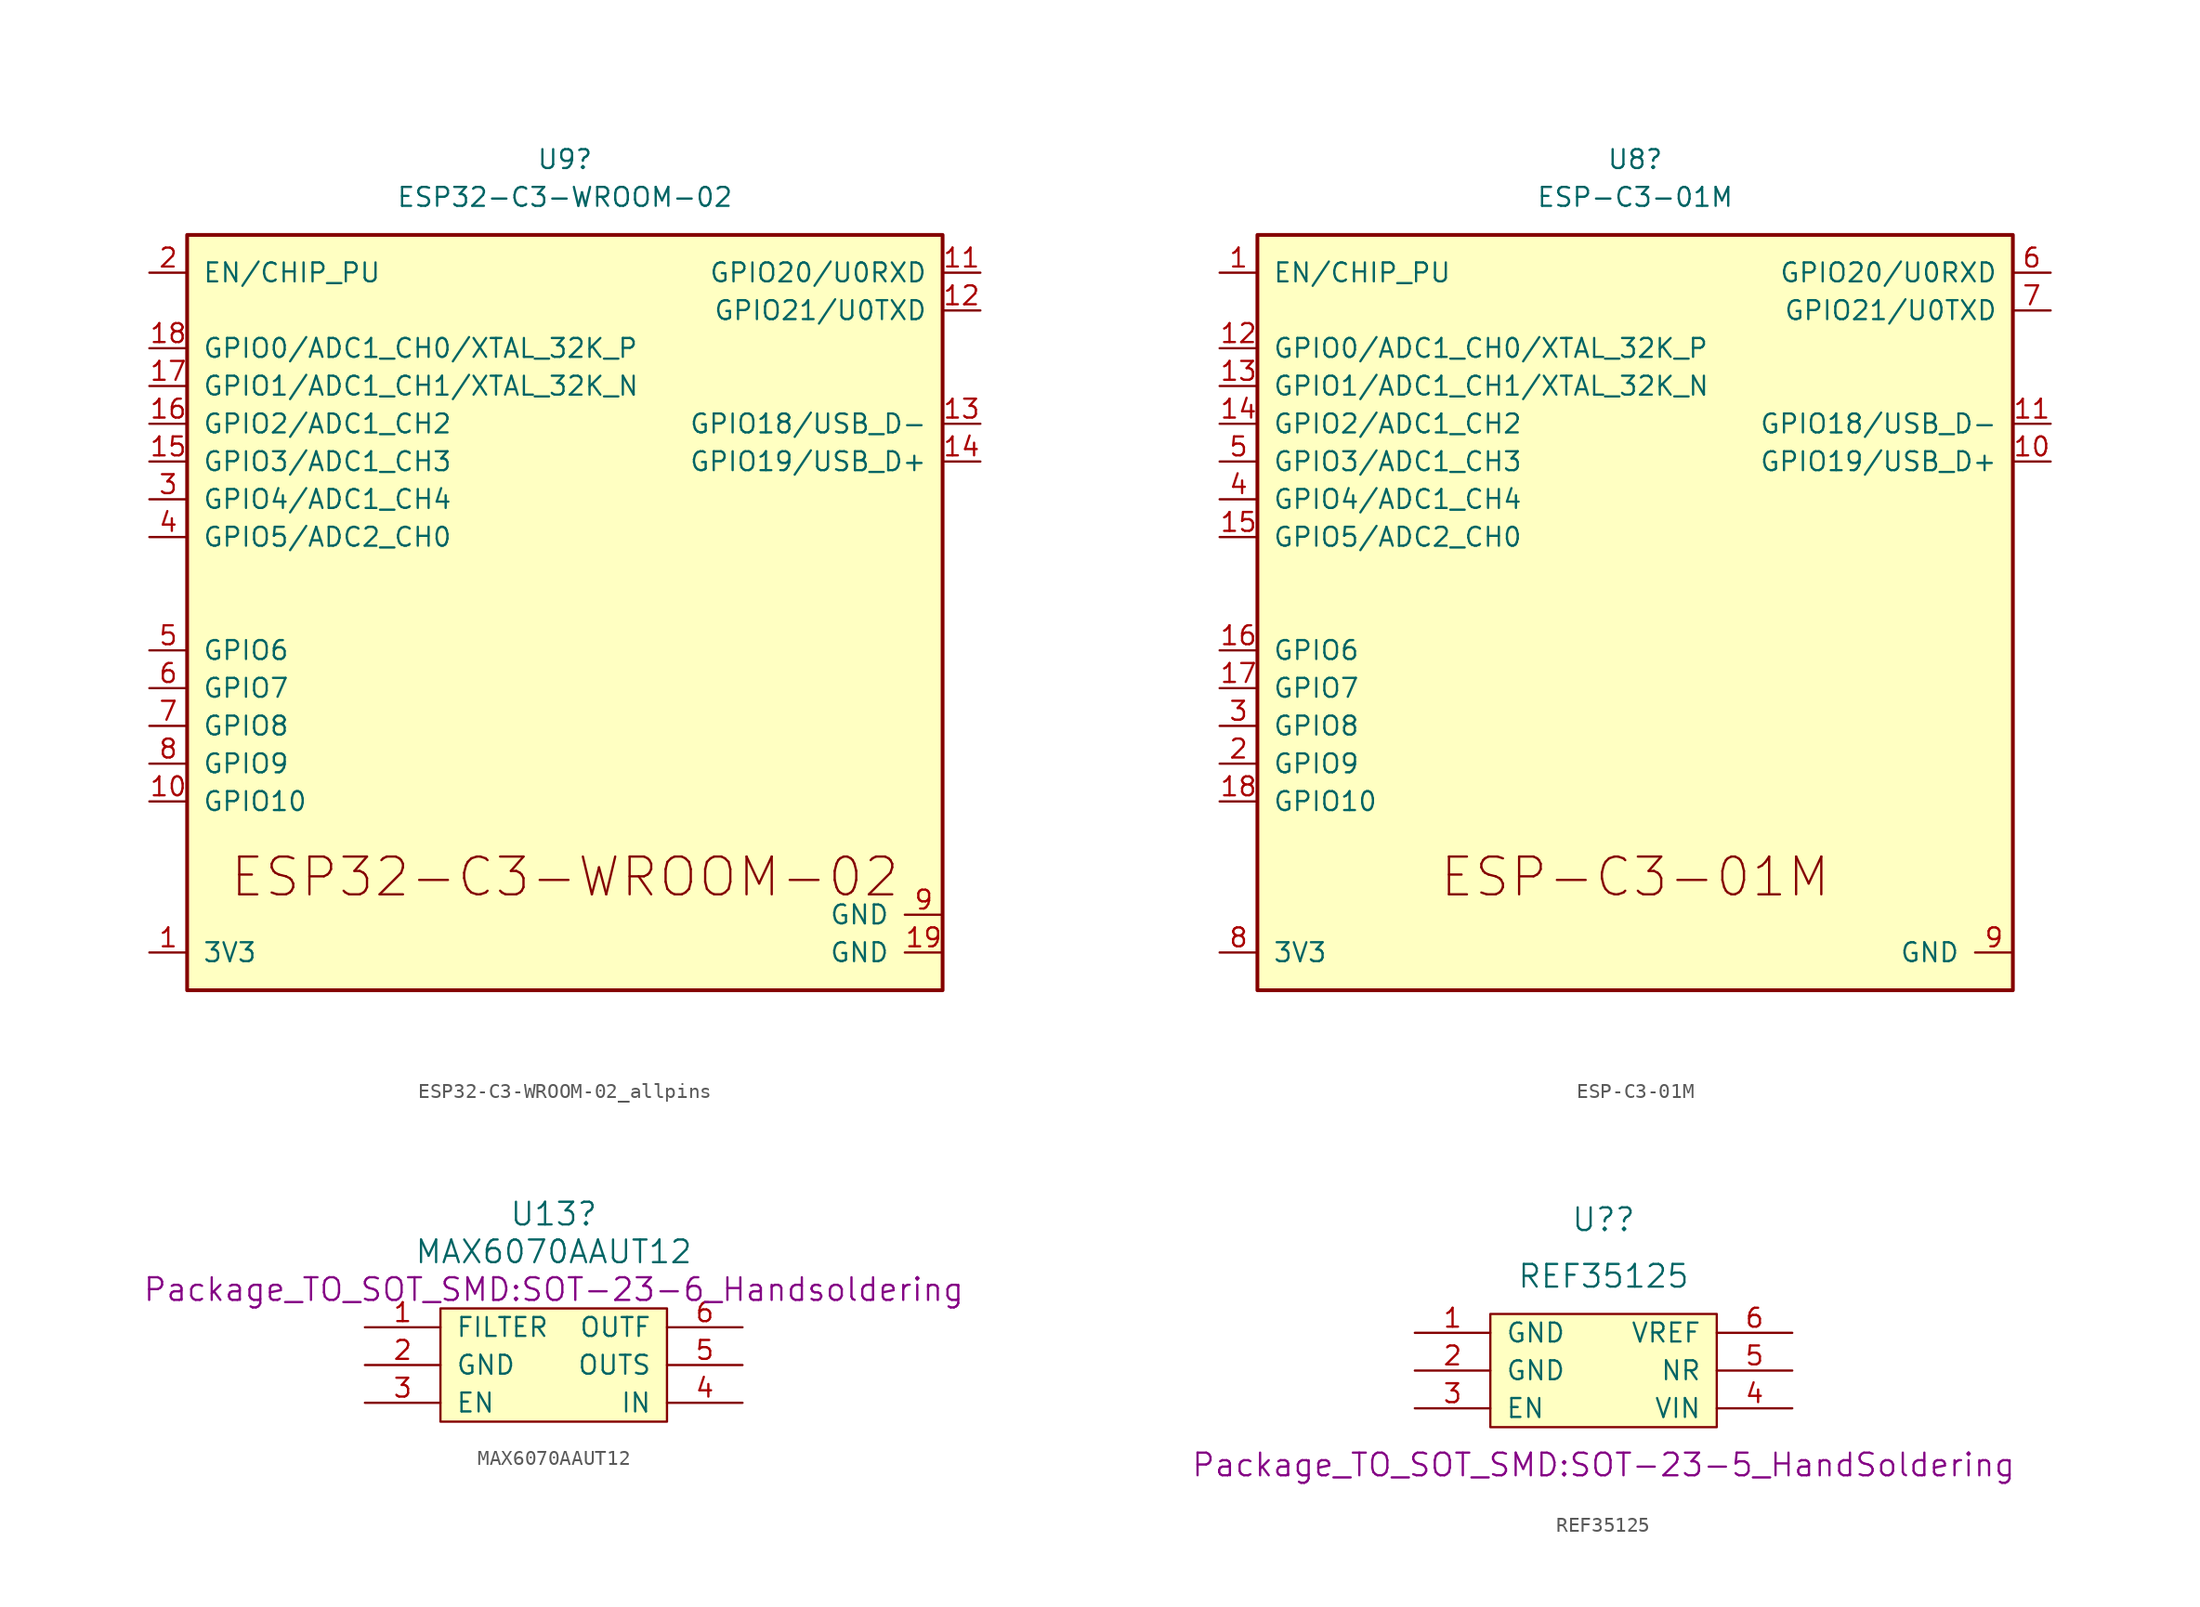
<source format=kicad_sym>
(kicad_symbol_lib
  (version 20220914)
  (generator kicad_symbol_editor)
  (symbol "ESP32-C3-WROOM-02_allpins"
    (pin_names
      (offset 1.016))
    (property "Reference" "U9"
      (at 0 30.48 0)
      (effects (font (size 1.27 1.27))))
    (property "Value" "ESP32-C3-WROOM-02"
      (at 0 27.94 0)
      (effects (font (size 1.27 1.27))))
    (symbol "ESP32-C3-WROOM-02_allpins_0_0"
      (text "ESP32-C3-WROOM-02" (at 0 -17.78 0) (effects (font (size 2.54 2.54)))))
    (symbol "ESP32-C3-WROOM-02_allpins_0_1"
      (rectangle (start -25.4 25.4) (end 25.4 -25.4) (stroke (width 0.254) (type default)) (fill (type background))))
    (symbol "ESP32-C3-WROOM-02_allpins_1_1"
      (pin power_in line (at -27.94 -22.86 0) (length 2.54) (name "3V3" (effects (font (size 1.27 1.27)))) (number "1" (effects (font (size 1.27 1.27)))))
      (pin bidirectional line (at -27.94 -12.7 0) (length 2.54) (name "GPIO10" (effects (font (size 1.27 1.27)))) (number "10" (effects (font (size 1.27 1.27)))))
      (pin bidirectional line (at 27.94 22.86 180) (length 2.54) (name "GPIO20/U0RXD" (effects (font (size 1.27 1.27)))) (number "11" (effects (font (size 1.27 1.27)))))
      (pin bidirectional line (at 27.94 20.32 180) (length 2.54) (name "GPIO21/U0TXD" (effects (font (size 1.27 1.27)))) (number "12" (effects (font (size 1.27 1.27)))))
      (pin bidirectional line (at 27.94 12.7 180) (length 2.54) (name "GPIO18/USB_D-" (effects (font (size 1.27 1.27)))) (number "13" (effects (font (size 1.27 1.27)))))
      (pin bidirectional line (at 27.94 10.16 180) (length 2.54) (name "GPIO19/USB_D+" (effects (font (size 1.27 1.27)))) (number "14" (effects (font (size 1.27 1.27)))))
      (pin bidirectional line (at -27.94 10.16 0) (length 2.54) (name "GPIO3/ADC1_CH3" (effects (font (size 1.27 1.27)))) (number "15" (effects (font (size 1.27 1.27)))))
      (pin bidirectional line (at -27.94 12.7 0) (length 2.54) (name "GPIO2/ADC1_CH2" (effects (font (size 1.27 1.27)))) (number "16" (effects (font (size 1.27 1.27)))))
      (pin bidirectional line (at -27.94 15.24 0) (length 2.54) (name "GPIO1/ADC1_CH1/XTAL_32K_N" (effects (font (size 1.27 1.27)))) (number "17" (effects (font (size 1.27 1.27)))))
      (pin bidirectional line (at -27.94 17.78 0) (length 2.54) (name "GPIO0/ADC1_CH0/XTAL_32K_P" (effects (font (size 1.27 1.27)))) (number "18" (effects (font (size 1.27 1.27)))))
      (pin passive line (at 25.4 -22.86 180) (length 2.54) (name "GND" (effects (font (size 1.27 1.27)))) (number "19" (effects (font (size 1.27 1.27)))))
      (pin input line (at -27.94 22.86 0) (length 2.54) (name "EN/CHIP_PU" (effects (font (size 1.27 1.27)))) (number "2" (effects (font (size 1.27 1.27)))))
      (pin bidirectional line (at -27.94 7.62 0) (length 2.54) (name "GPIO4/ADC1_CH4" (effects (font (size 1.27 1.27)))) (number "3" (effects (font (size 1.27 1.27)))))
      (pin bidirectional line (at -27.94 5.08 0) (length 2.54) (name "GPIO5/ADC2_CH0" (effects (font (size 1.27 1.27)))) (number "4" (effects (font (size 1.27 1.27)))))
      (pin bidirectional line (at -27.94 -2.54 0) (length 2.54) (name "GPIO6" (effects (font (size 1.27 1.27)))) (number "5" (effects (font (size 1.27 1.27)))))
      (pin bidirectional line (at -27.94 -5.08 0) (length 2.54) (name "GPIO7" (effects (font (size 1.27 1.27)))) (number "6" (effects (font (size 1.27 1.27)))))
      (pin bidirectional line (at -27.94 -7.62 0) (length 2.54) (name "GPIO8" (effects (font (size 1.27 1.27)))) (number "7" (effects (font (size 1.27 1.27)))))
      (pin bidirectional line (at -27.94 -10.16 0) (length 2.54) (name "GPIO9" (effects (font (size 1.27 1.27)))) (number "8" (effects (font (size 1.27 1.27)))))
      (pin power_in line (at 25.4 -20.32 180) (length 2.54) (name "GND" (effects (font (size 1.27 1.27)))) (number "9" (effects (font (size 1.27 1.27)))))))
  (symbol "ESP-C3-01M"
    (pin_names
      (offset 1.016))
    (property "Reference" "U8"
      (at 0 30.48 0)
      (effects (font (size 1.27 1.27))))
    (property "Value" "ESP-C3-01M"
      (at 0 27.94 0)
      (effects (font (size 1.27 1.27))))
    (symbol "ESP-C3-01M_0_0"
      (text "ESP-C3-01M" (at 0 -17.78 0) (effects (font (size 2.54 2.54)))))
    (symbol "ESP-C3-01M_0_1"
      (rectangle (start -25.4 25.4) (end 25.4 -25.4) (stroke (width 0.254) (type default)) (fill (type background))))
    (symbol "ESP-C3-01M_1_1"
      (pin input line (at -27.94 22.86 0) (length 2.54) (name "EN/CHIP_PU" (effects (font (size 1.27 1.27)))) (number "1" (effects (font (size 1.27 1.27)))))
      (pin bidirectional line (at 27.94 10.16 180) (length 2.54) (name "GPIO19/USB_D+" (effects (font (size 1.27 1.27)))) (number "10" (effects (font (size 1.27 1.27)))))
      (pin bidirectional line (at 27.94 12.7 180) (length 2.54) (name "GPIO18/USB_D-" (effects (font (size 1.27 1.27)))) (number "11" (effects (font (size 1.27 1.27)))))
      (pin bidirectional line (at -27.94 17.78 0) (length 2.54) (name "GPIO0/ADC1_CH0/XTAL_32K_P" (effects (font (size 1.27 1.27)))) (number "12" (effects (font (size 1.27 1.27)))))
      (pin bidirectional line (at -27.94 15.24 0) (length 2.54) (name "GPIO1/ADC1_CH1/XTAL_32K_N" (effects (font (size 1.27 1.27)))) (number "13" (effects (font (size 1.27 1.27)))))
      (pin bidirectional line (at -27.94 12.7 0) (length 2.54) (name "GPIO2/ADC1_CH2" (effects (font (size 1.27 1.27)))) (number "14" (effects (font (size 1.27 1.27)))))
      (pin bidirectional line (at -27.94 5.08 0) (length 2.54) (name "GPIO5/ADC2_CH0" (effects (font (size 1.27 1.27)))) (number "15" (effects (font (size 1.27 1.27)))))
      (pin bidirectional line (at -27.94 -2.54 0) (length 2.54) (name "GPIO6" (effects (font (size 1.27 1.27)))) (number "16" (effects (font (size 1.27 1.27)))))
      (pin bidirectional line (at -27.94 -5.08 0) (length 2.54) (name "GPIO7" (effects (font (size 1.27 1.27)))) (number "17" (effects (font (size 1.27 1.27)))))
      (pin bidirectional line (at -27.94 -12.7 0) (length 2.54) (name "GPIO10" (effects (font (size 1.27 1.27)))) (number "18" (effects (font (size 1.27 1.27)))))
      (pin bidirectional line (at -27.94 -10.16 0) (length 2.54) (name "GPIO9" (effects (font (size 1.27 1.27)))) (number "2" (effects (font (size 1.27 1.27)))))
      (pin bidirectional line (at -27.94 -7.62 0) (length 2.54) (name "GPIO8" (effects (font (size 1.27 1.27)))) (number "3" (effects (font (size 1.27 1.27)))))
      (pin bidirectional line (at -27.94 7.62 0) (length 2.54) (name "GPIO4/ADC1_CH4" (effects (font (size 1.27 1.27)))) (number "4" (effects (font (size 1.27 1.27)))))
      (pin bidirectional line (at -27.94 10.16 0) (length 2.54) (name "GPIO3/ADC1_CH3" (effects (font (size 1.27 1.27)))) (number "5" (effects (font (size 1.27 1.27)))))
      (pin bidirectional line (at 27.94 22.86 180) (length 2.54) (name "GPIO20/U0RXD" (effects (font (size 1.27 1.27)))) (number "6" (effects (font (size 1.27 1.27)))))
      (pin bidirectional line (at 27.94 20.32 180) (length 2.54) (name "GPIO21/U0TXD" (effects (font (size 1.27 1.27)))) (number "7" (effects (font (size 1.27 1.27)))))
      (pin power_in line (at -27.94 -22.86 0) (length 2.54) (name "3V3" (effects (font (size 1.27 1.27)))) (number "8" (effects (font (size 1.27 1.27)))))
      (pin passive line (at 25.4 -22.86 180) (length 2.54) (name "GND" (effects (font (size 1.27 1.27)))) (number "9" (effects (font (size 1.27 1.27)))))
      (pin power_in line (at 25.4 -22.86 180) (length 2.54) hide (name "GND" (effects (font (size 1.27 1.27)))) (number "9" (effects (font (size 1.27 1.27)))))))
  (symbol "MAX6070AAUT12"
    (pin_names
      (offset 1.016))
    (property "Reference" "U13"
      (at 0 10.16 0)
      (effects (font (size 1.524 1.524))))
    (property "Value" "MAX6070AAUT12"
      (at 0 7.62 0)
      (effects (font (size 1.524 1.524))))
    (property "Footprint" "Package_TO_SOT_SMD:SOT-23-6_Handsoldering"
      (at 0 5.08 0)
      (effects (font (size 1.524 1.524))))
    (property "Datasheet" ""
      (at 0 0 0)
      (effects (font (size 1.524 1.524))))
    (symbol "MAX6070AAUT12_0_1"
      (rectangle (start -7.62 3.81) (end 7.62 -3.81) (stroke (width 0) (type default)) (fill (type background))))
    (symbol "MAX6070AAUT12_1_1"
      (pin input line (at -12.7 2.54 0) (length 5.08) (name "FILTER" (effects (font (size 1.27 1.27)))) (number "1" (effects (font (size 1.27 1.27)))))
      (pin input line (at -12.7 0 0) (length 5.08) (name "GND" (effects (font (size 1.27 1.27)))) (number "2" (effects (font (size 1.27 1.27)))))
      (pin input line (at -12.7 -2.54 0) (length 5.08) (name "EN" (effects (font (size 1.27 1.27)))) (number "3" (effects (font (size 1.27 1.27)))))
      (pin input line (at 12.7 -2.54 180) (length 5.08) (name "IN" (effects (font (size 1.27 1.27)))) (number "4" (effects (font (size 1.27 1.27)))))
      (pin output line (at 12.7 0 180) (length 5.08) (name "OUTS" (effects (font (size 1.27 1.27)))) (number "5" (effects (font (size 1.27 1.27)))))
      (pin output line (at 12.7 2.54 180) (length 5.08) (name "OUTF" (effects (font (size 1.27 1.27)))) (number "6" (effects (font (size 1.27 1.27)))))))
  (symbol "REF35125"
    (pin_names
      (offset 1.016))
    (property "Reference" "U?"
      (at 0 10.16 0)
      (effects (font (size 1.524 1.524))))
    (property "Value" "REF35125"
      (at 0 6.35 0)
      (effects (font (size 1.524 1.524))))
    (property "Footprint" "Package_TO_SOT_SMD:SOT-23-5_HandSoldering"
      (at 0 -6.35 0)
      (effects (font (size 1.524 1.524))))
    (property "Datasheet" ""
      (at 0 0 0)
      (effects (font (size 1.524 1.524))))
    (symbol "REF35125_0_1"
      (rectangle (start -7.62 3.81) (end 7.62 -3.81) (stroke (width 0) (type default)) (fill (type background))))
    (symbol "REF35125_1_1"
      (pin input line (at -12.7 2.54 0) (length 5.08) (name "GND" (effects (font (size 1.27 1.27)))) (number "1" (effects (font (size 1.27 1.27)))))
      (pin input line (at -12.7 0 0) (length 5.08) (name "GND" (effects (font (size 1.27 1.27)))) (number "2" (effects (font (size 1.27 1.27)))))
      (pin input line (at -12.7 -2.54 0) (length 5.08) (name "EN" (effects (font (size 1.27 1.27)))) (number "3" (effects (font (size 1.27 1.27)))))
      (pin input line (at 12.7 -2.54 180) (length 5.08) (name "VIN" (effects (font (size 1.27 1.27)))) (number "4" (effects (font (size 1.27 1.27)))))
      (pin output line (at 12.7 0 180) (length 5.08) (name "NR" (effects (font (size 1.27 1.27)))) (number "5" (effects (font (size 1.27 1.27)))))
      (pin output line (at 12.7 2.54 180) (length 5.08) (name "VREF" (effects (font (size 1.27 1.27)))) (number "6" (effects (font (size 1.27 1.27))))))))
</source>
